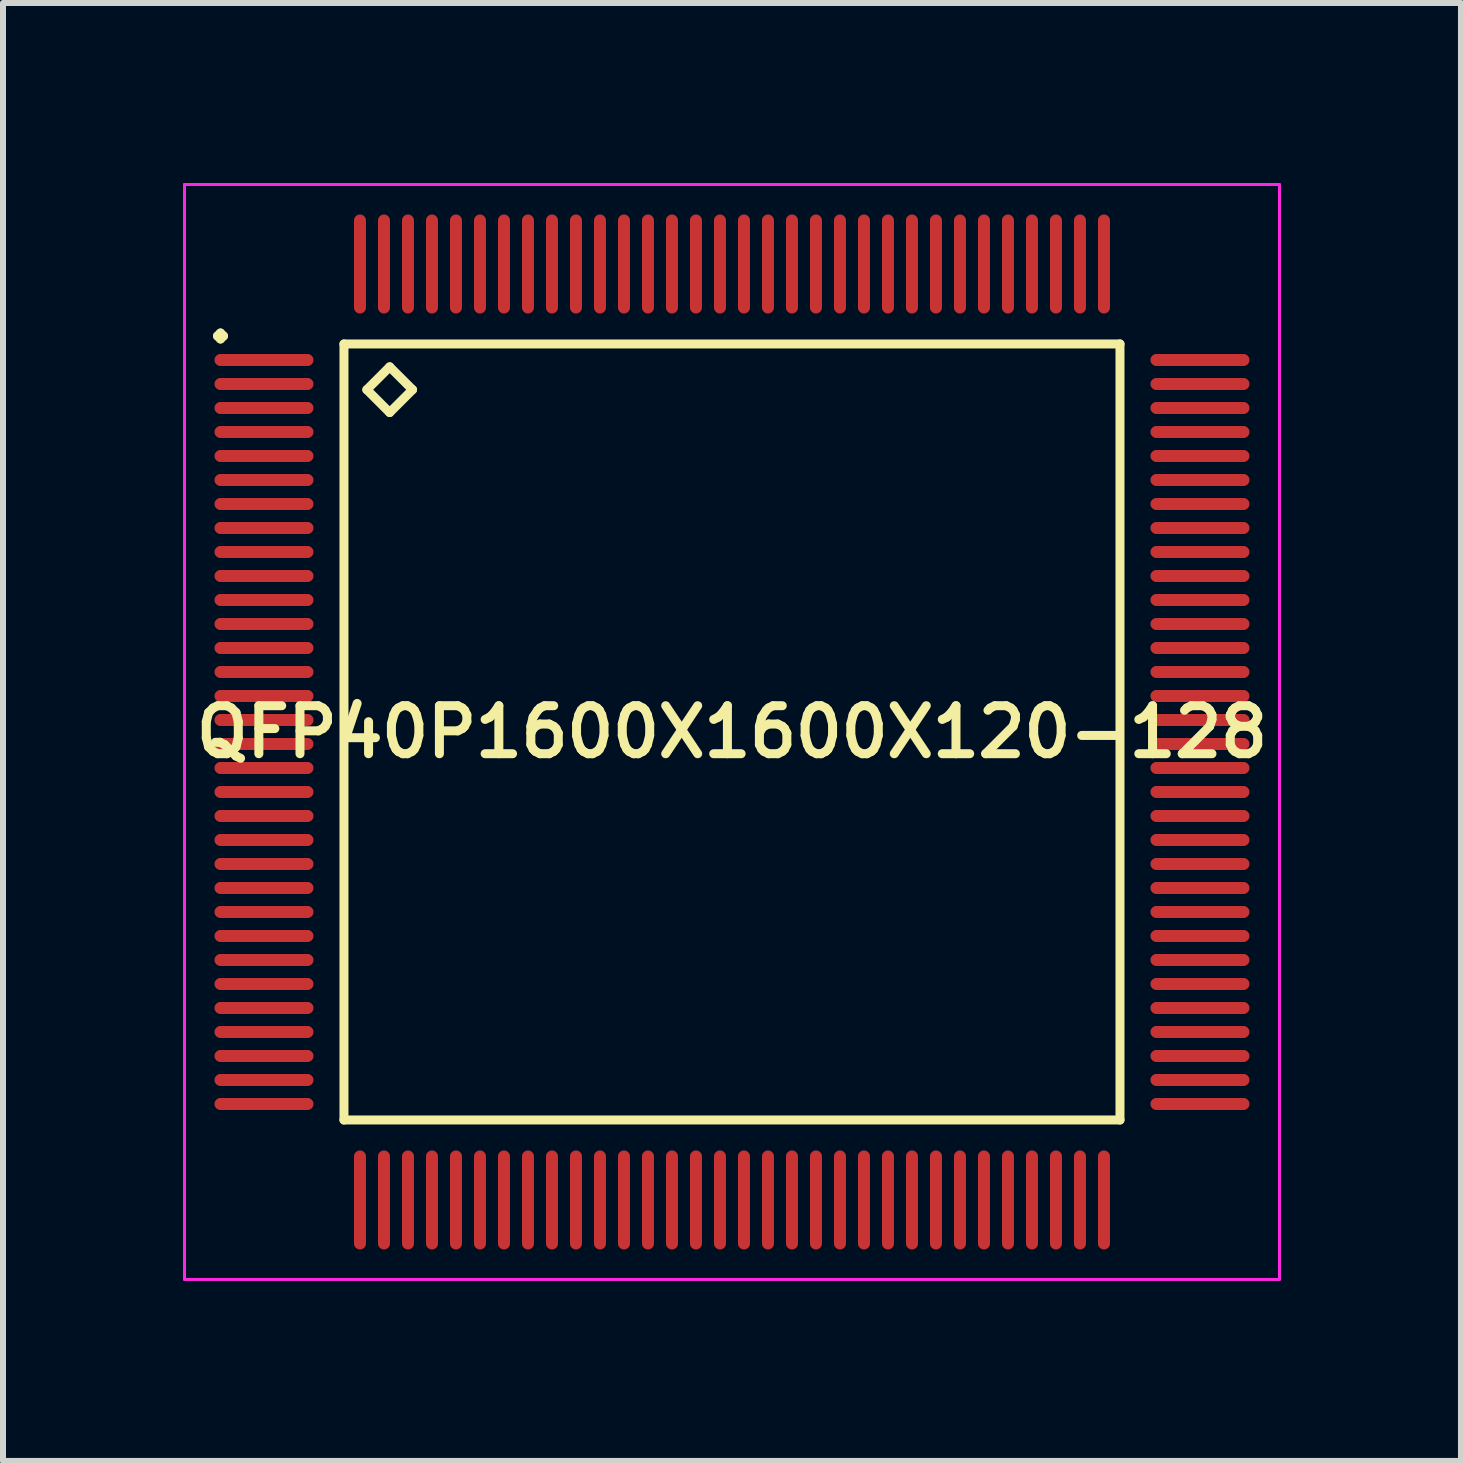
<source format=kicad_pcb>
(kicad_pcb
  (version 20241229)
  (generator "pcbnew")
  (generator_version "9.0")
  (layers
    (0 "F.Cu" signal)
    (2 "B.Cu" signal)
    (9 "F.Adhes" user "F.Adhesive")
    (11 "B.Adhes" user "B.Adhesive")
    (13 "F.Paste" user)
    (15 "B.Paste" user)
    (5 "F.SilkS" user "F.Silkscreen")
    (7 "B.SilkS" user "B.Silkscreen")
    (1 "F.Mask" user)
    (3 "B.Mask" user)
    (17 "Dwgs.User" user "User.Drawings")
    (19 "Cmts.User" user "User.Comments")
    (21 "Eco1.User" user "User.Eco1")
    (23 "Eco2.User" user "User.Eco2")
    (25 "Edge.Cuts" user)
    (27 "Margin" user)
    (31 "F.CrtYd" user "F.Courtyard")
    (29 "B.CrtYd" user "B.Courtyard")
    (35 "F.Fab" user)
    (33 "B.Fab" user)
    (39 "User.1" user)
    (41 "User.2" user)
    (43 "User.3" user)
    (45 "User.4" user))
  (footprint "QFP40P1600X1600X120-128"
    (layer "F.Cu")
    (at 9.15 9.15)
    (property "Reference" "QFP40P1600X1600X120-128" (at 0 0 0) (layer "F.SilkS") (effects (font (size 0.8 0.8) (thickness 0.15))))
    (attr smd)
    (fp_line (start -8.575 -6.6) (end -8.525 -6.65) (stroke (width 0.15) (type solid)) (layer "F.SilkS"))
    (fp_line (start -8.525 -6.65) (end -8.475 -6.6) (stroke (width 0.15) (type solid)) (layer "F.SilkS"))
    (fp_line (start -8.525 -6.55) (end -8.575 -6.6) (stroke (width 0.15) (type solid)) (layer "F.SilkS"))
    (fp_line (start -8.475 -6.6) (end -8.525 -6.55) (stroke (width 0.15) (type solid)) (layer "F.SilkS"))
    (fp_line (start -6.467 -6.467) (end -6.467 6.467) (stroke (width 0.15) (type solid)) (layer "F.SilkS"))
    (fp_line (start -6.467 6.467) (end 6.467 6.467) (stroke (width 0.15) (type solid)) (layer "F.SilkS"))
    (fp_line (start -6.086 -5.705) (end -5.705 -6.086) (stroke (width 0.15) (type solid)) (layer "F.SilkS"))
    (fp_line (start -5.705 -6.086) (end -5.324 -5.705) (stroke (width 0.15) (type solid)) (layer "F.SilkS"))
    (fp_line (start -5.705 -5.324) (end -6.086 -5.705) (stroke (width 0.15) (type solid)) (layer "F.SilkS"))
    (fp_line (start -5.324 -5.705) (end -5.705 -5.324) (stroke (width 0.15) (type solid)) (layer "F.SilkS"))
    (fp_line (start 6.467 -6.467) (end -6.467 -6.467) (stroke (width 0.15) (type solid)) (layer "F.SilkS"))
    (fp_line (start 6.467 6.467) (end 6.467 -6.467) (stroke (width 0.15) (type solid)) (layer "F.SilkS"))
    (fp_line (start -9.125 -9.125) (end 9.125 -9.125) (stroke (width 0.05) (type solid)) (layer "F.CrtYd"))
    (fp_line (start -9.125 9.125) (end -9.125 -9.125) (stroke (width 0.05) (type solid)) (layer "F.CrtYd"))
    (fp_line (start 9.125 -9.125) (end 9.125 9.125) (stroke (width 0.05) (type solid)) (layer "F.CrtYd"))
    (fp_line (start 9.125 9.125) (end -9.125 9.125) (stroke (width 0.05) (type solid)) (layer "F.CrtYd"))
    (pad "1" smd oval (at -7.8 -6.2) (size 1.65 0.2) (layers "F.Cu" "F.Mask" "F.Paste"))
    (pad "2" smd oval (at -7.8 -5.8) (size 1.65 0.2) (layers "F.Cu" "F.Mask" "F.Paste"))
    (pad "3" smd oval (at -7.8 -5.4) (size 1.65 0.2) (layers "F.Cu" "F.Mask" "F.Paste"))
    (pad "4" smd oval (at -7.8 -5) (size 1.65 0.2) (layers "F.Cu" "F.Mask" "F.Paste"))
    (pad "5" smd oval (at -7.8 -4.6) (size 1.65 0.2) (layers "F.Cu" "F.Mask" "F.Paste"))
    (pad "6" smd oval (at -7.8 -4.2) (size 1.65 0.2) (layers "F.Cu" "F.Mask" "F.Paste"))
    (pad "7" smd oval (at -7.8 -3.8) (size 1.65 0.2) (layers "F.Cu" "F.Mask" "F.Paste"))
    (pad "8" smd oval (at -7.8 -3.4) (size 1.65 0.2) (layers "F.Cu" "F.Mask" "F.Paste"))
    (pad "9" smd oval (at -7.8 -3) (size 1.65 0.2) (layers "F.Cu" "F.Mask" "F.Paste"))
    (pad "10" smd oval (at -7.8 -2.6) (size 1.65 0.2) (layers "F.Cu" "F.Mask" "F.Paste"))
    (pad "11" smd oval (at -7.8 -2.2) (size 1.65 0.2) (layers "F.Cu" "F.Mask" "F.Paste"))
    (pad "12" smd oval (at -7.8 -1.8) (size 1.65 0.2) (layers "F.Cu" "F.Mask" "F.Paste"))
    (pad "13" smd oval (at -7.8 -1.4) (size 1.65 0.2) (layers "F.Cu" "F.Mask" "F.Paste"))
    (pad "14" smd oval (at -7.8 -1) (size 1.65 0.2) (layers "F.Cu" "F.Mask" "F.Paste"))
    (pad "15" smd oval (at -7.8 -0.6) (size 1.65 0.2) (layers "F.Cu" "F.Mask" "F.Paste"))
    (pad "16" smd oval (at -7.8 -0.2) (size 1.65 0.2) (layers "F.Cu" "F.Mask" "F.Paste"))
    (pad "17" smd oval (at -7.8 0.2) (size 1.65 0.2) (layers "F.Cu" "F.Mask" "F.Paste"))
    (pad "18" smd oval (at -7.8 0.6) (size 1.65 0.2) (layers "F.Cu" "F.Mask" "F.Paste"))
    (pad "19" smd oval (at -7.8 1) (size 1.65 0.2) (layers "F.Cu" "F.Mask" "F.Paste"))
    (pad "20" smd oval (at -7.8 1.4) (size 1.65 0.2) (layers "F.Cu" "F.Mask" "F.Paste"))
    (pad "21" smd oval (at -7.8 1.8) (size 1.65 0.2) (layers "F.Cu" "F.Mask" "F.Paste"))
    (pad "22" smd oval (at -7.8 2.2) (size 1.65 0.2) (layers "F.Cu" "F.Mask" "F.Paste"))
    (pad "23" smd oval (at -7.8 2.6) (size 1.65 0.2) (layers "F.Cu" "F.Mask" "F.Paste"))
    (pad "24" smd oval (at -7.8 3) (size 1.65 0.2) (layers "F.Cu" "F.Mask" "F.Paste"))
    (pad "25" smd oval (at -7.8 3.4) (size 1.65 0.2) (layers "F.Cu" "F.Mask" "F.Paste"))
    (pad "26" smd oval (at -7.8 3.8) (size 1.65 0.2) (layers "F.Cu" "F.Mask" "F.Paste"))
    (pad "27" smd oval (at -7.8 4.2) (size 1.65 0.2) (layers "F.Cu" "F.Mask" "F.Paste"))
    (pad "28" smd oval (at -7.8 4.6) (size 1.65 0.2) (layers "F.Cu" "F.Mask" "F.Paste"))
    (pad "29" smd oval (at -7.8 5) (size 1.65 0.2) (layers "F.Cu" "F.Mask" "F.Paste"))
    (pad "30" smd oval (at -7.8 5.4) (size 1.65 0.2) (layers "F.Cu" "F.Mask" "F.Paste"))
    (pad "31" smd oval (at -7.8 5.8) (size 1.65 0.2) (layers "F.Cu" "F.Mask" "F.Paste"))
    (pad "32" smd oval (at -7.8 6.2) (size 1.65 0.2) (layers "F.Cu" "F.Mask" "F.Paste"))
    (pad "33" smd oval (at -6.2 7.8) (size 0.2 1.65) (layers "F.Cu" "F.Mask" "F.Paste"))
    (pad "34" smd oval (at -5.8 7.8) (size 0.2 1.65) (layers "F.Cu" "F.Mask" "F.Paste"))
    (pad "35" smd oval (at -5.4 7.8) (size 0.2 1.65) (layers "F.Cu" "F.Mask" "F.Paste"))
    (pad "36" smd oval (at -5 7.8) (size 0.2 1.65) (layers "F.Cu" "F.Mask" "F.Paste"))
    (pad "37" smd oval (at -4.6 7.8) (size 0.2 1.65) (layers "F.Cu" "F.Mask" "F.Paste"))
    (pad "38" smd oval (at -4.2 7.8) (size 0.2 1.65) (layers "F.Cu" "F.Mask" "F.Paste"))
    (pad "39" smd oval (at -3.8 7.8) (size 0.2 1.65) (layers "F.Cu" "F.Mask" "F.Paste"))
    (pad "40" smd oval (at -3.4 7.8) (size 0.2 1.65) (layers "F.Cu" "F.Mask" "F.Paste"))
    (pad "41" smd oval (at -3 7.8) (size 0.2 1.65) (layers "F.Cu" "F.Mask" "F.Paste"))
    (pad "42" smd oval (at -2.6 7.8) (size 0.2 1.65) (layers "F.Cu" "F.Mask" "F.Paste"))
    (pad "43" smd oval (at -2.2 7.8) (size 0.2 1.65) (layers "F.Cu" "F.Mask" "F.Paste"))
    (pad "44" smd oval (at -1.8 7.8) (size 0.2 1.65) (layers "F.Cu" "F.Mask" "F.Paste"))
    (pad "45" smd oval (at -1.4 7.8) (size 0.2 1.65) (layers "F.Cu" "F.Mask" "F.Paste"))
    (pad "46" smd oval (at -1 7.8) (size 0.2 1.65) (layers "F.Cu" "F.Mask" "F.Paste"))
    (pad "47" smd oval (at -0.6 7.8) (size 0.2 1.65) (layers "F.Cu" "F.Mask" "F.Paste"))
    (pad "48" smd oval (at -0.2 7.8) (size 0.2 1.65) (layers "F.Cu" "F.Mask" "F.Paste"))
    (pad "49" smd oval (at 0.2 7.8) (size 0.2 1.65) (layers "F.Cu" "F.Mask" "F.Paste"))
    (pad "50" smd oval (at 0.6 7.8) (size 0.2 1.65) (layers "F.Cu" "F.Mask" "F.Paste"))
    (pad "51" smd oval (at 1 7.8) (size 0.2 1.65) (layers "F.Cu" "F.Mask" "F.Paste"))
    (pad "52" smd oval (at 1.4 7.8) (size 0.2 1.65) (layers "F.Cu" "F.Mask" "F.Paste"))
    (pad "53" smd oval (at 1.8 7.8) (size 0.2 1.65) (layers "F.Cu" "F.Mask" "F.Paste"))
    (pad "54" smd oval (at 2.2 7.8) (size 0.2 1.65) (layers "F.Cu" "F.Mask" "F.Paste"))
    (pad "55" smd oval (at 2.6 7.8) (size 0.2 1.65) (layers "F.Cu" "F.Mask" "F.Paste"))
    (pad "56" smd oval (at 3 7.8) (size 0.2 1.65) (layers "F.Cu" "F.Mask" "F.Paste"))
    (pad "57" smd oval (at 3.4 7.8) (size 0.2 1.65) (layers "F.Cu" "F.Mask" "F.Paste"))
    (pad "58" smd oval (at 3.8 7.8) (size 0.2 1.65) (layers "F.Cu" "F.Mask" "F.Paste"))
    (pad "59" smd oval (at 4.2 7.8) (size 0.2 1.65) (layers "F.Cu" "F.Mask" "F.Paste"))
    (pad "60" smd oval (at 4.6 7.8) (size 0.2 1.65) (layers "F.Cu" "F.Mask" "F.Paste"))
    (pad "61" smd oval (at 5 7.8) (size 0.2 1.65) (layers "F.Cu" "F.Mask" "F.Paste"))
    (pad "62" smd oval (at 5.4 7.8) (size 0.2 1.65) (layers "F.Cu" "F.Mask" "F.Paste"))
    (pad "63" smd oval (at 5.8 7.8) (size 0.2 1.65) (layers "F.Cu" "F.Mask" "F.Paste"))
    (pad "64" smd oval (at 6.2 7.8) (size 0.2 1.65) (layers "F.Cu" "F.Mask" "F.Paste"))
    (pad "65" smd oval (at 7.8 6.2) (size 1.65 0.2) (layers "F.Cu" "F.Mask" "F.Paste"))
    (pad "66" smd oval (at 7.8 5.8) (size 1.65 0.2) (layers "F.Cu" "F.Mask" "F.Paste"))
    (pad "67" smd oval (at 7.8 5.4) (size 1.65 0.2) (layers "F.Cu" "F.Mask" "F.Paste"))
    (pad "68" smd oval (at 7.8 5) (size 1.65 0.2) (layers "F.Cu" "F.Mask" "F.Paste"))
    (pad "69" smd oval (at 7.8 4.6) (size 1.65 0.2) (layers "F.Cu" "F.Mask" "F.Paste"))
    (pad "70" smd oval (at 7.8 4.2) (size 1.65 0.2) (layers "F.Cu" "F.Mask" "F.Paste"))
    (pad "71" smd oval (at 7.8 3.8) (size 1.65 0.2) (layers "F.Cu" "F.Mask" "F.Paste"))
    (pad "72" smd oval (at 7.8 3.4) (size 1.65 0.2) (layers "F.Cu" "F.Mask" "F.Paste"))
    (pad "73" smd oval (at 7.8 3) (size 1.65 0.2) (layers "F.Cu" "F.Mask" "F.Paste"))
    (pad "74" smd oval (at 7.8 2.6) (size 1.65 0.2) (layers "F.Cu" "F.Mask" "F.Paste"))
    (pad "75" smd oval (at 7.8 2.2) (size 1.65 0.2) (layers "F.Cu" "F.Mask" "F.Paste"))
    (pad "76" smd oval (at 7.8 1.8) (size 1.65 0.2) (layers "F.Cu" "F.Mask" "F.Paste"))
    (pad "77" smd oval (at 7.8 1.4) (size 1.65 0.2) (layers "F.Cu" "F.Mask" "F.Paste"))
    (pad "78" smd oval (at 7.8 1) (size 1.65 0.2) (layers "F.Cu" "F.Mask" "F.Paste"))
    (pad "79" smd oval (at 7.8 0.6) (size 1.65 0.2) (layers "F.Cu" "F.Mask" "F.Paste"))
    (pad "80" smd oval (at 7.8 0.2) (size 1.65 0.2) (layers "F.Cu" "F.Mask" "F.Paste"))
    (pad "81" smd oval (at 7.8 -0.2) (size 1.65 0.2) (layers "F.Cu" "F.Mask" "F.Paste"))
    (pad "82" smd oval (at 7.8 -0.6) (size 1.65 0.2) (layers "F.Cu" "F.Mask" "F.Paste"))
    (pad "83" smd oval (at 7.8 -1) (size 1.65 0.2) (layers "F.Cu" "F.Mask" "F.Paste"))
    (pad "84" smd oval (at 7.8 -1.4) (size 1.65 0.2) (layers "F.Cu" "F.Mask" "F.Paste"))
    (pad "85" smd oval (at 7.8 -1.8) (size 1.65 0.2) (layers "F.Cu" "F.Mask" "F.Paste"))
    (pad "86" smd oval (at 7.8 -2.2) (size 1.65 0.2) (layers "F.Cu" "F.Mask" "F.Paste"))
    (pad "87" smd oval (at 7.8 -2.6) (size 1.65 0.2) (layers "F.Cu" "F.Mask" "F.Paste"))
    (pad "88" smd oval (at 7.8 -3) (size 1.65 0.2) (layers "F.Cu" "F.Mask" "F.Paste"))
    (pad "89" smd oval (at 7.8 -3.4) (size 1.65 0.2) (layers "F.Cu" "F.Mask" "F.Paste"))
    (pad "90" smd oval (at 7.8 -3.8) (size 1.65 0.2) (layers "F.Cu" "F.Mask" "F.Paste"))
    (pad "91" smd oval (at 7.8 -4.2) (size 1.65 0.2) (layers "F.Cu" "F.Mask" "F.Paste"))
    (pad "92" smd oval (at 7.8 -4.6) (size 1.65 0.2) (layers "F.Cu" "F.Mask" "F.Paste"))
    (pad "93" smd oval (at 7.8 -5) (size 1.65 0.2) (layers "F.Cu" "F.Mask" "F.Paste"))
    (pad "94" smd oval (at 7.8 -5.4) (size 1.65 0.2) (layers "F.Cu" "F.Mask" "F.Paste"))
    (pad "95" smd oval (at 7.8 -5.8) (size 1.65 0.2) (layers "F.Cu" "F.Mask" "F.Paste"))
    (pad "96" smd oval (at 7.8 -6.2) (size 1.65 0.2) (layers "F.Cu" "F.Mask" "F.Paste"))
    (pad "97" smd oval (at 6.2 -7.8) (size 0.2 1.65) (layers "F.Cu" "F.Mask" "F.Paste"))
    (pad "98" smd oval (at 5.8 -7.8) (size 0.2 1.65) (layers "F.Cu" "F.Mask" "F.Paste"))
    (pad "99" smd oval (at 5.4 -7.8) (size 0.2 1.65) (layers "F.Cu" "F.Mask" "F.Paste"))
    (pad "100" smd oval (at 5 -7.8) (size 0.2 1.65) (layers "F.Cu" "F.Mask" "F.Paste"))
    (pad "101" smd oval (at 4.6 -7.8) (size 0.2 1.65) (layers "F.Cu" "F.Mask" "F.Paste"))
    (pad "102" smd oval (at 4.2 -7.8) (size 0.2 1.65) (layers "F.Cu" "F.Mask" "F.Paste"))
    (pad "103" smd oval (at 3.8 -7.8) (size 0.2 1.65) (layers "F.Cu" "F.Mask" "F.Paste"))
    (pad "104" smd oval (at 3.4 -7.8) (size 0.2 1.65) (layers "F.Cu" "F.Mask" "F.Paste"))
    (pad "105" smd oval (at 3 -7.8) (size 0.2 1.65) (layers "F.Cu" "F.Mask" "F.Paste"))
    (pad "106" smd oval (at 2.6 -7.8) (size 0.2 1.65) (layers "F.Cu" "F.Mask" "F.Paste"))
    (pad "107" smd oval (at 2.2 -7.8) (size 0.2 1.65) (layers "F.Cu" "F.Mask" "F.Paste"))
    (pad "108" smd oval (at 1.8 -7.8) (size 0.2 1.65) (layers "F.Cu" "F.Mask" "F.Paste"))
    (pad "109" smd oval (at 1.4 -7.8) (size 0.2 1.65) (layers "F.Cu" "F.Mask" "F.Paste"))
    (pad "110" smd oval (at 1 -7.8) (size 0.2 1.65) (layers "F.Cu" "F.Mask" "F.Paste"))
    (pad "111" smd oval (at 0.6 -7.8) (size 0.2 1.65) (layers "F.Cu" "F.Mask" "F.Paste"))
    (pad "112" smd oval (at 0.2 -7.8) (size 0.2 1.65) (layers "F.Cu" "F.Mask" "F.Paste"))
    (pad "113" smd oval (at -0.2 -7.8) (size 0.2 1.65) (layers "F.Cu" "F.Mask" "F.Paste"))
    (pad "114" smd oval (at -0.6 -7.8) (size 0.2 1.65) (layers "F.Cu" "F.Mask" "F.Paste"))
    (pad "115" smd oval (at -1 -7.8) (size 0.2 1.65) (layers "F.Cu" "F.Mask" "F.Paste"))
    (pad "116" smd oval (at -1.4 -7.8) (size 0.2 1.65) (layers "F.Cu" "F.Mask" "F.Paste"))
    (pad "117" smd oval (at -1.8 -7.8) (size 0.2 1.65) (layers "F.Cu" "F.Mask" "F.Paste"))
    (pad "118" smd oval (at -2.2 -7.8) (size 0.2 1.65) (layers "F.Cu" "F.Mask" "F.Paste"))
    (pad "119" smd oval (at -2.6 -7.8) (size 0.2 1.65) (layers "F.Cu" "F.Mask" "F.Paste"))
    (pad "120" smd oval (at -3 -7.8) (size 0.2 1.65) (layers "F.Cu" "F.Mask" "F.Paste"))
    (pad "121" smd oval (at -3.4 -7.8) (size 0.2 1.65) (layers "F.Cu" "F.Mask" "F.Paste"))
    (pad "122" smd oval (at -3.8 -7.8) (size 0.2 1.65) (layers "F.Cu" "F.Mask" "F.Paste"))
    (pad "123" smd oval (at -4.2 -7.8) (size 0.2 1.65) (layers "F.Cu" "F.Mask" "F.Paste"))
    (pad "124" smd oval (at -4.6 -7.8) (size 0.2 1.65) (layers "F.Cu" "F.Mask" "F.Paste"))
    (pad "125" smd oval (at -5 -7.8) (size 0.2 1.65) (layers "F.Cu" "F.Mask" "F.Paste"))
    (pad "126" smd oval (at -5.4 -7.8) (size 0.2 1.65) (layers "F.Cu" "F.Mask" "F.Paste"))
    (pad "127" smd oval (at -5.8 -7.8) (size 0.2 1.65) (layers "F.Cu" "F.Mask" "F.Paste"))
    (pad "128" smd oval (at -6.2 -7.8) (size 0.2 1.65) (layers "F.Cu" "F.Mask" "F.Paste")))
  (gr_rect
    (start -3 -3)
    (end 21.3 21.3)
    (stroke (width 0.1) (type default))
    (fill no)
    (layer "Edge.Cuts")))
</source>
